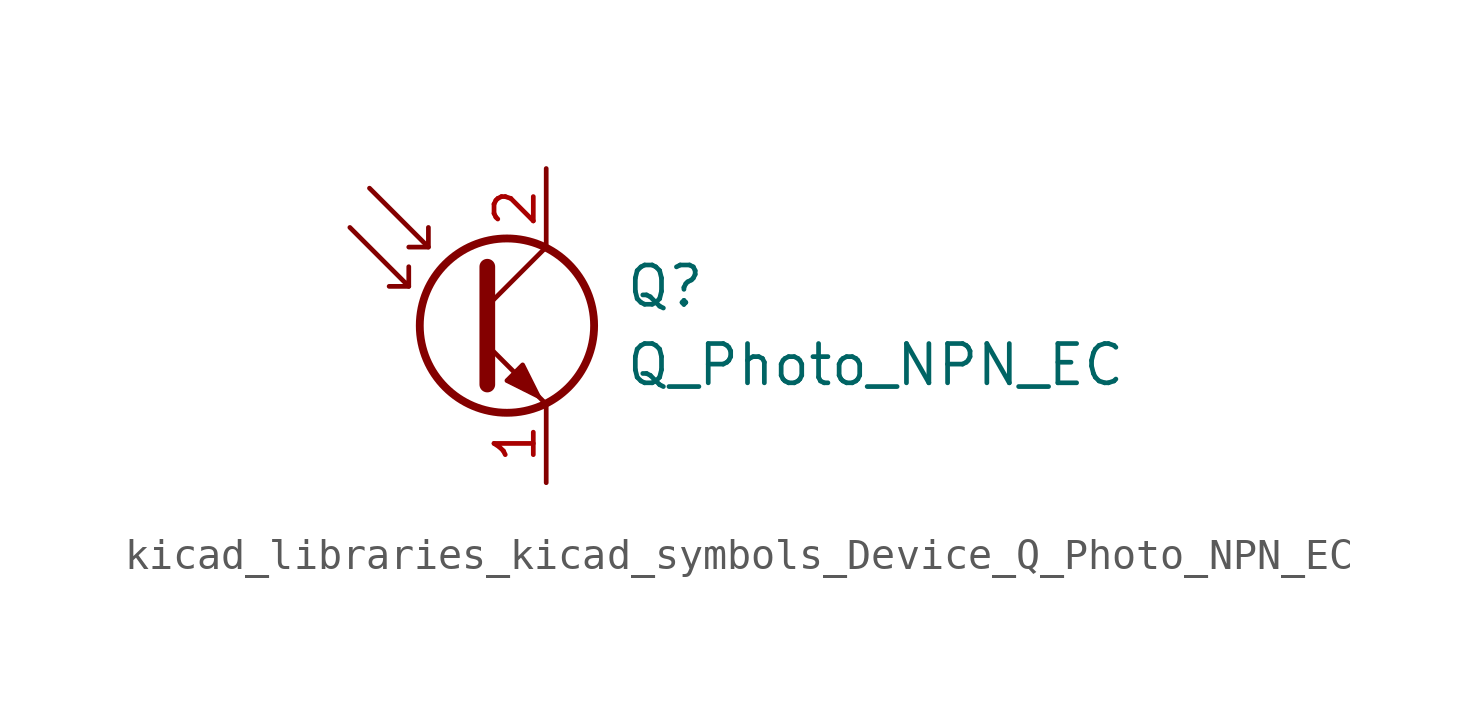
<source format=kicad_sym>
(kicad_symbol_lib
  (version 20220914)
  (generator kicad_symbol_editor)
  (symbol "kicad_libraries_kicad_symbols_Device_Q_Photo_NPN_EC"
    (pin_names
      (offset 0) hide)
    (property "Reference" "Q"
      (at 5.08 1.27 0)
      (effects (font (size 1.27 1.27)) (justify left)))
    (property "Value" "Q_Photo_NPN_EC"
      (at 5.08 -1.27 0)
      (effects (font (size 1.27 1.27)) (justify left)))
    (symbol "kicad_libraries_kicad_symbols_Device_Q_Photo_NPN_EC_0_1"
      (polyline (pts (xy -1.905 1.27) (xy -2.54 1.27)) (stroke (width 0) (type default)) (fill (type none)))
      (polyline (pts (xy -1.27 2.54) (xy -1.905 2.54)) (stroke (width 0) (type default)) (fill (type none)))
      (polyline (pts (xy 0.635 0.635) (xy 2.54 2.54)) (stroke (width 0) (type default)) (fill (type none)))
      (polyline (pts (xy -3.81 3.175) (xy -1.905 1.27) (xy -1.905 1.905)) (stroke (width 0) (type default)) (fill (type none)))
      (polyline (pts (xy -3.175 4.445) (xy -1.27 2.54) (xy -1.27 3.175)) (stroke (width 0) (type default)) (fill (type none)))
      (polyline (pts (xy 0.635 -0.635) (xy 2.54 -2.54) (xy 2.54 -2.54)) (stroke (width 0) (type default)) (fill (type none)))
      (polyline (pts (xy 0.635 1.905) (xy 0.635 -1.905) (xy 0.635 -1.905)) (stroke (width 0.508) (type default)) (fill (type none)))
      (polyline (pts (xy 1.27 -1.778) (xy 1.778 -1.27) (xy 2.286 -2.286) (xy 1.27 -1.778) (xy 1.27 -1.778)) (stroke (width 0) (type default)) (fill (type outline)))
      (circle (center 1.27 0) (radius 2.819) (stroke (width 0.254) (type default)) (fill (type none))))
    (symbol "kicad_libraries_kicad_symbols_Device_Q_Photo_NPN_EC_1_1"
      (pin passive line (at 2.54 -5.08 90) (length 2.54) (name "E" (effects (font (size 1.27 1.27)))) (number "1" (effects (font (size 1.27 1.27)))))
      (pin passive line (at 2.54 5.08 270) (length 2.54) (name "C" (effects (font (size 1.27 1.27)))) (number "2" (effects (font (size 1.27 1.27))))))))
</source>
